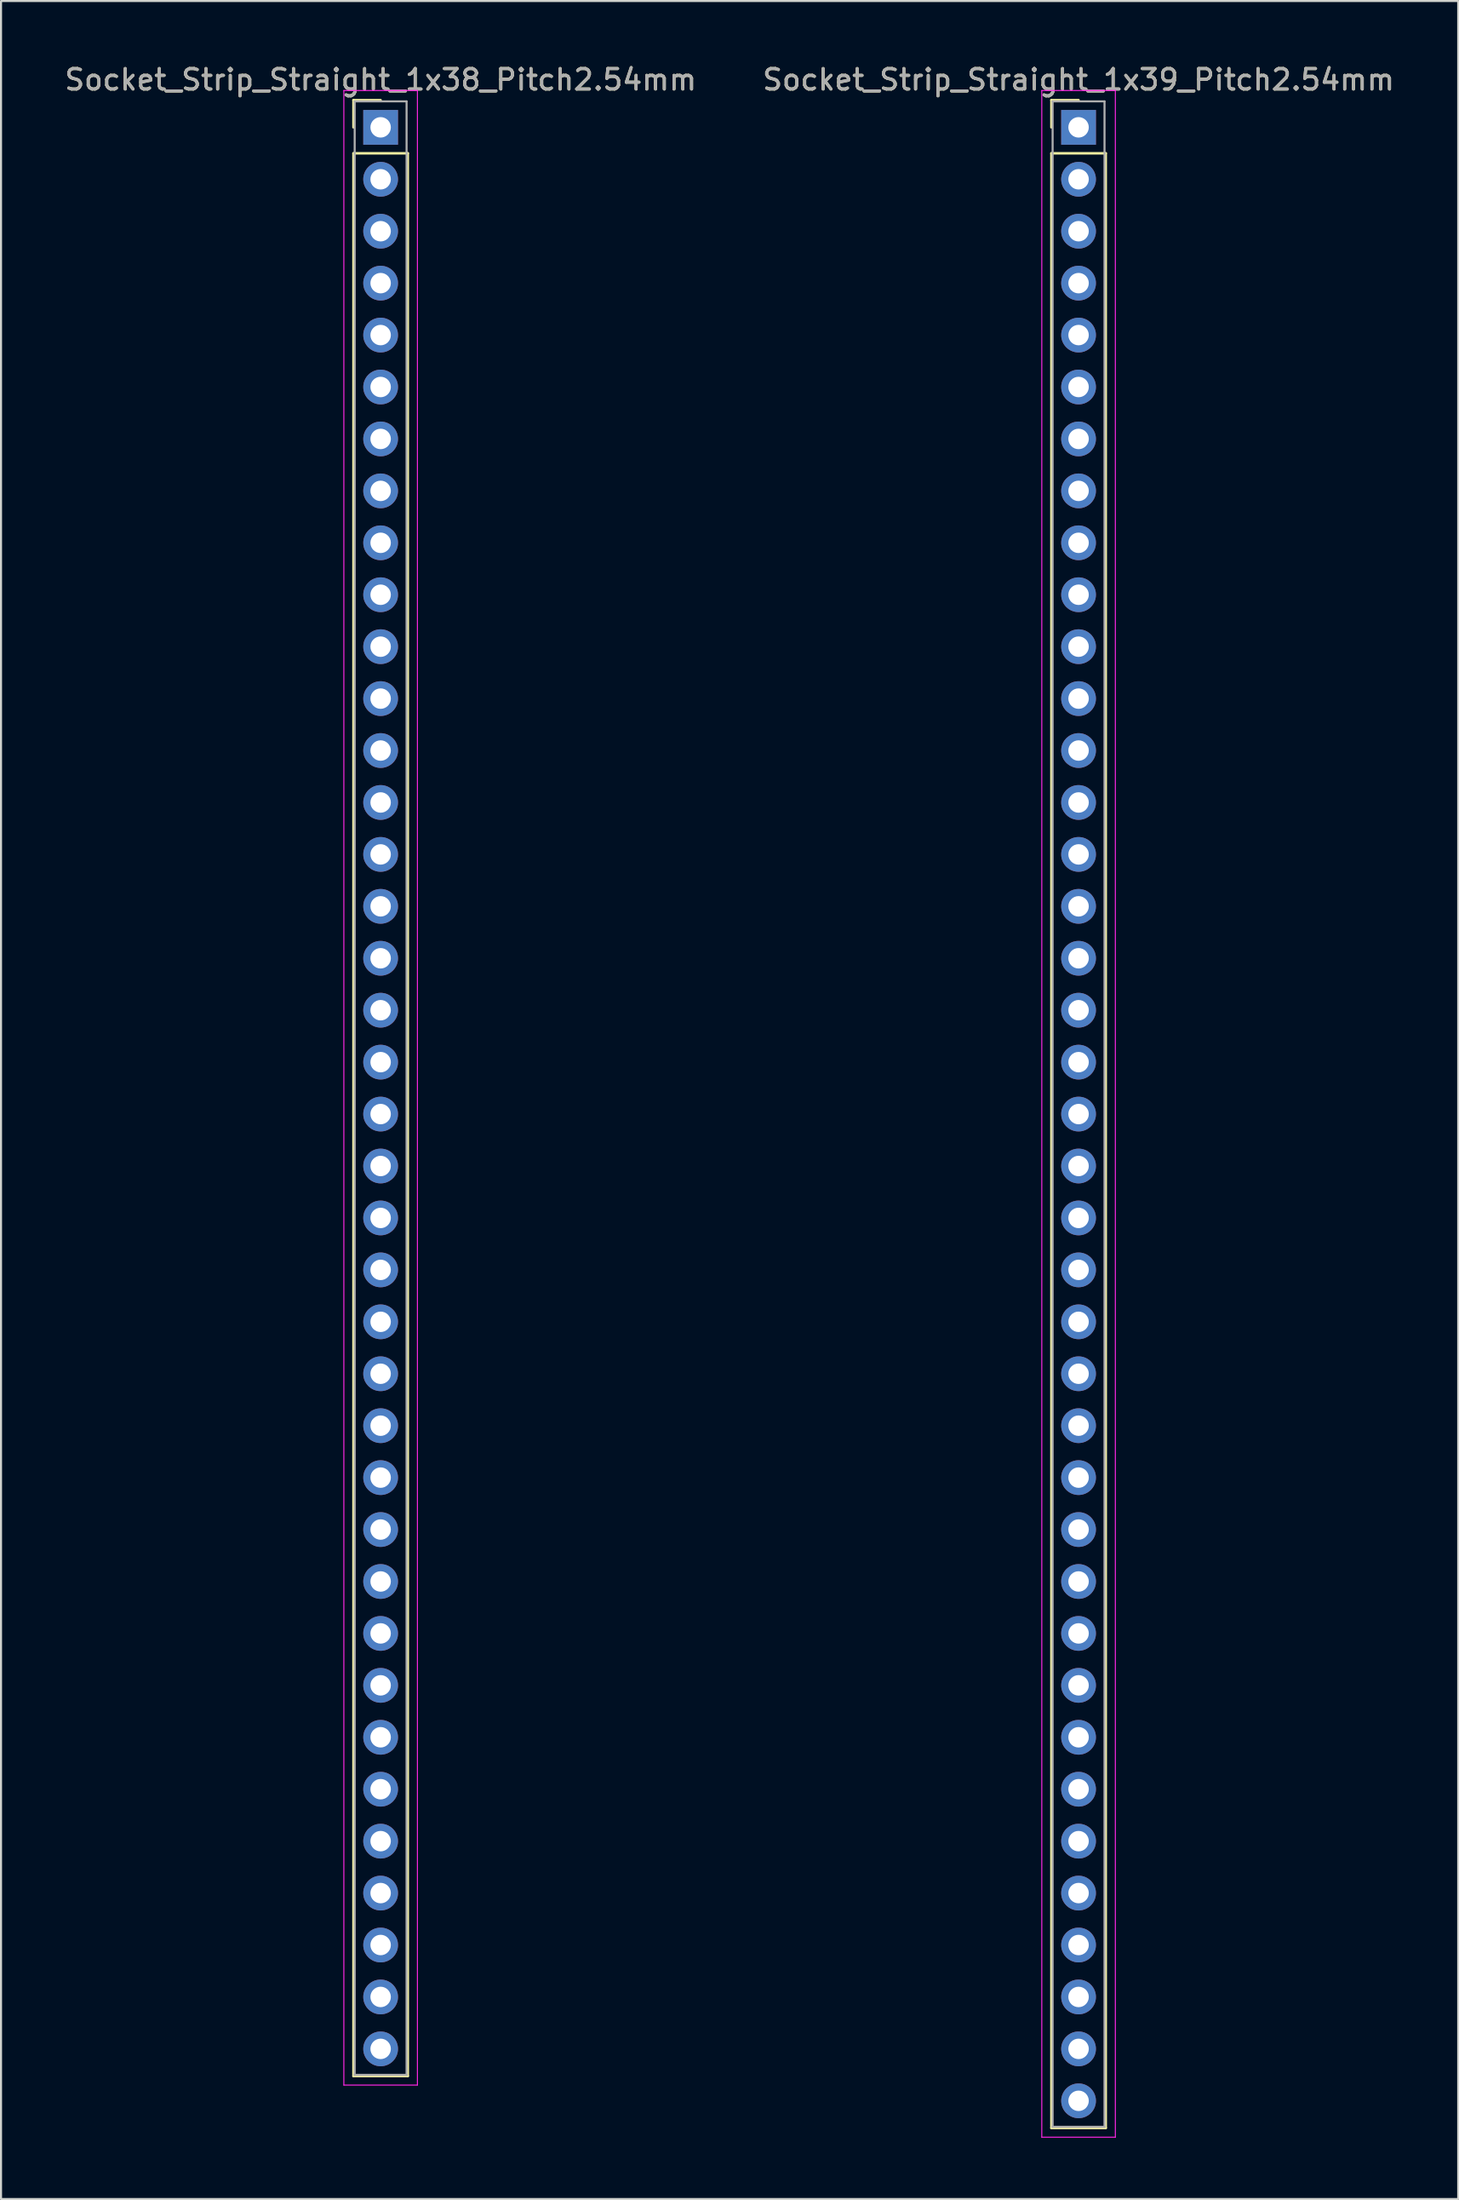
<source format=kicad_pcb>
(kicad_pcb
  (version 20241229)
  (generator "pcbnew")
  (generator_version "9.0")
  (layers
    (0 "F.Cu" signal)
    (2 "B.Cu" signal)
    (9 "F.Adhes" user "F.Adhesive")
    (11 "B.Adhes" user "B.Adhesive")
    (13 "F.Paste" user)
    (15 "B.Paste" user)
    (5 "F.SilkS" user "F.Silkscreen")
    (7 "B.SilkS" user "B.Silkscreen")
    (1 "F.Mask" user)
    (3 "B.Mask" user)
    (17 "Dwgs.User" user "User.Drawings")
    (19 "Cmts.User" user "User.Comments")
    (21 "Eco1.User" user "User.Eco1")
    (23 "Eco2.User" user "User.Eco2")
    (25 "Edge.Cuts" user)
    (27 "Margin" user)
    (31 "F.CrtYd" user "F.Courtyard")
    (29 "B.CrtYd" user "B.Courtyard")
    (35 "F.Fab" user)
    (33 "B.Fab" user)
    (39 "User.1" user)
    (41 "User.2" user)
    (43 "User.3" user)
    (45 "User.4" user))
  (footprint "Socket_Strip_Straight_1x38_Pitch2.54mm"
    (layer "F.Cu")
    (at 15.577 3.178)
    (property "Reference" "Socket_Strip_Straight_1x38_Pitch2.54mm" (at 0 -2.33 0) (layer "F.SilkS") (effects (font (size 1 1) (thickness 0.15))))
    (attr through_hole)
    (fp_line (start -1.33 -1.33) (end 0 -1.33) (stroke (width 0.12) (type solid)) (layer "F.SilkS"))
    (fp_line (start -1.33 0) (end -1.33 -1.33) (stroke (width 0.12) (type solid)) (layer "F.SilkS"))
    (fp_line (start -1.33 1.27) (end -1.33 95.31) (stroke (width 0.12) (type solid)) (layer "F.SilkS"))
    (fp_line (start -1.33 95.31) (end 1.33 95.31) (stroke (width 0.12) (type solid)) (layer "F.SilkS"))
    (fp_line (start 1.33 1.27) (end -1.33 1.27) (stroke (width 0.12) (type solid)) (layer "F.SilkS"))
    (fp_line (start 1.33 95.31) (end 1.33 1.27) (stroke (width 0.12) (type solid)) (layer "F.SilkS"))
    (fp_line (start -1.8 -1.8) (end -1.8 95.75) (stroke (width 0.05) (type solid)) (layer "F.CrtYd"))
    (fp_line (start -1.8 95.75) (end 1.8 95.75) (stroke (width 0.05) (type solid)) (layer "F.CrtYd"))
    (fp_line (start 1.8 -1.8) (end -1.8 -1.8) (stroke (width 0.05) (type solid)) (layer "F.CrtYd"))
    (fp_line (start 1.8 95.75) (end 1.8 -1.8) (stroke (width 0.05) (type solid)) (layer "F.CrtYd"))
    (fp_line (start -1.27 -1.27) (end -1.27 95.25) (stroke (width 0.1) (type solid)) (layer "F.Fab"))
    (fp_line (start -1.27 95.25) (end 1.27 95.25) (stroke (width 0.1) (type solid)) (layer "F.Fab"))
    (fp_line (start 1.27 -1.27) (end -1.27 -1.27) (stroke (width 0.1) (type solid)) (layer "F.Fab"))
    (fp_line (start 1.27 95.25) (end 1.27 -1.27) (stroke (width 0.1) (type solid)) (layer "F.Fab"))
    (fp_text user "${REFERENCE}" (at 0 -2.33 0) (layer "F.Fab") (effects (font (size 1 1) (thickness 0.15))))
    (pad "1" thru_hole rect (at 0 0) (size 1.7 1.7) (drill 1) (layers "*.Cu" "*.Mask"))
    (pad "2" thru_hole oval (at 0 2.54) (size 1.7 1.7) (drill 1) (layers "*.Cu" "*.Mask"))
    (pad "3" thru_hole oval (at 0 5.08) (size 1.7 1.7) (drill 1) (layers "*.Cu" "*.Mask"))
    (pad "4" thru_hole oval (at 0 7.62) (size 1.7 1.7) (drill 1) (layers "*.Cu" "*.Mask"))
    (pad "5" thru_hole oval (at 0 10.16) (size 1.7 1.7) (drill 1) (layers "*.Cu" "*.Mask"))
    (pad "6" thru_hole oval (at 0 12.7) (size 1.7 1.7) (drill 1) (layers "*.Cu" "*.Mask"))
    (pad "7" thru_hole oval (at 0 15.24) (size 1.7 1.7) (drill 1) (layers "*.Cu" "*.Mask"))
    (pad "8" thru_hole oval (at 0 17.78) (size 1.7 1.7) (drill 1) (layers "*.Cu" "*.Mask"))
    (pad "9" thru_hole oval (at 0 20.32) (size 1.7 1.7) (drill 1) (layers "*.Cu" "*.Mask"))
    (pad "10" thru_hole oval (at 0 22.86) (size 1.7 1.7) (drill 1) (layers "*.Cu" "*.Mask"))
    (pad "11" thru_hole oval (at 0 25.4) (size 1.7 1.7) (drill 1) (layers "*.Cu" "*.Mask"))
    (pad "12" thru_hole oval (at 0 27.94) (size 1.7 1.7) (drill 1) (layers "*.Cu" "*.Mask"))
    (pad "13" thru_hole oval (at 0 30.48) (size 1.7 1.7) (drill 1) (layers "*.Cu" "*.Mask"))
    (pad "14" thru_hole oval (at 0 33.02) (size 1.7 1.7) (drill 1) (layers "*.Cu" "*.Mask"))
    (pad "15" thru_hole oval (at 0 35.56) (size 1.7 1.7) (drill 1) (layers "*.Cu" "*.Mask"))
    (pad "16" thru_hole oval (at 0 38.1) (size 1.7 1.7) (drill 1) (layers "*.Cu" "*.Mask"))
    (pad "17" thru_hole oval (at 0 40.64) (size 1.7 1.7) (drill 1) (layers "*.Cu" "*.Mask"))
    (pad "18" thru_hole oval (at 0 43.18) (size 1.7 1.7) (drill 1) (layers "*.Cu" "*.Mask"))
    (pad "19" thru_hole oval (at 0 45.72) (size 1.7 1.7) (drill 1) (layers "*.Cu" "*.Mask"))
    (pad "20" thru_hole oval (at 0 48.26) (size 1.7 1.7) (drill 1) (layers "*.Cu" "*.Mask"))
    (pad "21" thru_hole oval (at 0 50.8) (size 1.7 1.7) (drill 1) (layers "*.Cu" "*.Mask"))
    (pad "22" thru_hole oval (at 0 53.34) (size 1.7 1.7) (drill 1) (layers "*.Cu" "*.Mask"))
    (pad "23" thru_hole oval (at 0 55.88) (size 1.7 1.7) (drill 1) (layers "*.Cu" "*.Mask"))
    (pad "24" thru_hole oval (at 0 58.42) (size 1.7 1.7) (drill 1) (layers "*.Cu" "*.Mask"))
    (pad "25" thru_hole oval (at 0 60.96) (size 1.7 1.7) (drill 1) (layers "*.Cu" "*.Mask"))
    (pad "26" thru_hole oval (at 0 63.5) (size 1.7 1.7) (drill 1) (layers "*.Cu" "*.Mask"))
    (pad "27" thru_hole oval (at 0 66.04) (size 1.7 1.7) (drill 1) (layers "*.Cu" "*.Mask"))
    (pad "28" thru_hole oval (at 0 68.58) (size 1.7 1.7) (drill 1) (layers "*.Cu" "*.Mask"))
    (pad "29" thru_hole oval (at 0 71.12) (size 1.7 1.7) (drill 1) (layers "*.Cu" "*.Mask"))
    (pad "30" thru_hole oval (at 0 73.66) (size 1.7 1.7) (drill 1) (layers "*.Cu" "*.Mask"))
    (pad "31" thru_hole oval (at 0 76.2) (size 1.7 1.7) (drill 1) (layers "*.Cu" "*.Mask"))
    (pad "32" thru_hole oval (at 0 78.74) (size 1.7 1.7) (drill 1) (layers "*.Cu" "*.Mask"))
    (pad "33" thru_hole oval (at 0 81.28) (size 1.7 1.7) (drill 1) (layers "*.Cu" "*.Mask"))
    (pad "34" thru_hole oval (at 0 83.82) (size 1.7 1.7) (drill 1) (layers "*.Cu" "*.Mask"))
    (pad "35" thru_hole oval (at 0 86.36) (size 1.7 1.7) (drill 1) (layers "*.Cu" "*.Mask"))
    (pad "36" thru_hole oval (at 0 88.9) (size 1.7 1.7) (drill 1) (layers "*.Cu" "*.Mask"))
    (pad "37" thru_hole oval (at 0 91.44) (size 1.7 1.7) (drill 1) (layers "*.Cu" "*.Mask"))
    (pad "38" thru_hole oval (at 0 93.98) (size 1.7 1.7) (drill 1) (layers "*.Cu" "*.Mask")))
  (footprint "Socket_Strip_Straight_1x39_Pitch2.54mm"
    (layer "F.Cu")
    (at 49.732 3.178)
    (property "Reference" "Socket_Strip_Straight_1x39_Pitch2.54mm" (at 0 -2.33 0) (layer "F.SilkS") (effects (font (size 1 1) (thickness 0.15))))
    (attr through_hole)
    (fp_line (start -1.33 -1.33) (end 0 -1.33) (stroke (width 0.12) (type solid)) (layer "F.SilkS"))
    (fp_line (start -1.33 0) (end -1.33 -1.33) (stroke (width 0.12) (type solid)) (layer "F.SilkS"))
    (fp_line (start -1.33 1.27) (end -1.33 97.85) (stroke (width 0.12) (type solid)) (layer "F.SilkS"))
    (fp_line (start -1.33 97.85) (end 1.33 97.85) (stroke (width 0.12) (type solid)) (layer "F.SilkS"))
    (fp_line (start 1.33 1.27) (end -1.33 1.27) (stroke (width 0.12) (type solid)) (layer "F.SilkS"))
    (fp_line (start 1.33 97.85) (end 1.33 1.27) (stroke (width 0.12) (type solid)) (layer "F.SilkS"))
    (fp_line (start -1.8 -1.8) (end -1.8 98.3) (stroke (width 0.05) (type solid)) (layer "F.CrtYd"))
    (fp_line (start -1.8 98.3) (end 1.8 98.3) (stroke (width 0.05) (type solid)) (layer "F.CrtYd"))
    (fp_line (start 1.8 -1.8) (end -1.8 -1.8) (stroke (width 0.05) (type solid)) (layer "F.CrtYd"))
    (fp_line (start 1.8 98.3) (end 1.8 -1.8) (stroke (width 0.05) (type solid)) (layer "F.CrtYd"))
    (fp_line (start -1.27 -1.27) (end -1.27 97.79) (stroke (width 0.1) (type solid)) (layer "F.Fab"))
    (fp_line (start -1.27 97.79) (end 1.27 97.79) (stroke (width 0.1) (type solid)) (layer "F.Fab"))
    (fp_line (start 1.27 -1.27) (end -1.27 -1.27) (stroke (width 0.1) (type solid)) (layer "F.Fab"))
    (fp_line (start 1.27 97.79) (end 1.27 -1.27) (stroke (width 0.1) (type solid)) (layer "F.Fab"))
    (fp_text user "${REFERENCE}" (at 0 -2.33 0) (layer "F.Fab") (effects (font (size 1 1) (thickness 0.15))))
    (pad "1" thru_hole rect (at 0 0) (size 1.7 1.7) (drill 1) (layers "*.Cu" "*.Mask"))
    (pad "2" thru_hole oval (at 0 2.54) (size 1.7 1.7) (drill 1) (layers "*.Cu" "*.Mask"))
    (pad "3" thru_hole oval (at 0 5.08) (size 1.7 1.7) (drill 1) (layers "*.Cu" "*.Mask"))
    (pad "4" thru_hole oval (at 0 7.62) (size 1.7 1.7) (drill 1) (layers "*.Cu" "*.Mask"))
    (pad "5" thru_hole oval (at 0 10.16) (size 1.7 1.7) (drill 1) (layers "*.Cu" "*.Mask"))
    (pad "6" thru_hole oval (at 0 12.7) (size 1.7 1.7) (drill 1) (layers "*.Cu" "*.Mask"))
    (pad "7" thru_hole oval (at 0 15.24) (size 1.7 1.7) (drill 1) (layers "*.Cu" "*.Mask"))
    (pad "8" thru_hole oval (at 0 17.78) (size 1.7 1.7) (drill 1) (layers "*.Cu" "*.Mask"))
    (pad "9" thru_hole oval (at 0 20.32) (size 1.7 1.7) (drill 1) (layers "*.Cu" "*.Mask"))
    (pad "10" thru_hole oval (at 0 22.86) (size 1.7 1.7) (drill 1) (layers "*.Cu" "*.Mask"))
    (pad "11" thru_hole oval (at 0 25.4) (size 1.7 1.7) (drill 1) (layers "*.Cu" "*.Mask"))
    (pad "12" thru_hole oval (at 0 27.94) (size 1.7 1.7) (drill 1) (layers "*.Cu" "*.Mask"))
    (pad "13" thru_hole oval (at 0 30.48) (size 1.7 1.7) (drill 1) (layers "*.Cu" "*.Mask"))
    (pad "14" thru_hole oval (at 0 33.02) (size 1.7 1.7) (drill 1) (layers "*.Cu" "*.Mask"))
    (pad "15" thru_hole oval (at 0 35.56) (size 1.7 1.7) (drill 1) (layers "*.Cu" "*.Mask"))
    (pad "16" thru_hole oval (at 0 38.1) (size 1.7 1.7) (drill 1) (layers "*.Cu" "*.Mask"))
    (pad "17" thru_hole oval (at 0 40.64) (size 1.7 1.7) (drill 1) (layers "*.Cu" "*.Mask"))
    (pad "18" thru_hole oval (at 0 43.18) (size 1.7 1.7) (drill 1) (layers "*.Cu" "*.Mask"))
    (pad "19" thru_hole oval (at 0 45.72) (size 1.7 1.7) (drill 1) (layers "*.Cu" "*.Mask"))
    (pad "20" thru_hole oval (at 0 48.26) (size 1.7 1.7) (drill 1) (layers "*.Cu" "*.Mask"))
    (pad "21" thru_hole oval (at 0 50.8) (size 1.7 1.7) (drill 1) (layers "*.Cu" "*.Mask"))
    (pad "22" thru_hole oval (at 0 53.34) (size 1.7 1.7) (drill 1) (layers "*.Cu" "*.Mask"))
    (pad "23" thru_hole oval (at 0 55.88) (size 1.7 1.7) (drill 1) (layers "*.Cu" "*.Mask"))
    (pad "24" thru_hole oval (at 0 58.42) (size 1.7 1.7) (drill 1) (layers "*.Cu" "*.Mask"))
    (pad "25" thru_hole oval (at 0 60.96) (size 1.7 1.7) (drill 1) (layers "*.Cu" "*.Mask"))
    (pad "26" thru_hole oval (at 0 63.5) (size 1.7 1.7) (drill 1) (layers "*.Cu" "*.Mask"))
    (pad "27" thru_hole oval (at 0 66.04) (size 1.7 1.7) (drill 1) (layers "*.Cu" "*.Mask"))
    (pad "28" thru_hole oval (at 0 68.58) (size 1.7 1.7) (drill 1) (layers "*.Cu" "*.Mask"))
    (pad "29" thru_hole oval (at 0 71.12) (size 1.7 1.7) (drill 1) (layers "*.Cu" "*.Mask"))
    (pad "30" thru_hole oval (at 0 73.66) (size 1.7 1.7) (drill 1) (layers "*.Cu" "*.Mask"))
    (pad "31" thru_hole oval (at 0 76.2) (size 1.7 1.7) (drill 1) (layers "*.Cu" "*.Mask"))
    (pad "32" thru_hole oval (at 0 78.74) (size 1.7 1.7) (drill 1) (layers "*.Cu" "*.Mask"))
    (pad "33" thru_hole oval (at 0 81.28) (size 1.7 1.7) (drill 1) (layers "*.Cu" "*.Mask"))
    (pad "34" thru_hole oval (at 0 83.82) (size 1.7 1.7) (drill 1) (layers "*.Cu" "*.Mask"))
    (pad "35" thru_hole oval (at 0 86.36) (size 1.7 1.7) (drill 1) (layers "*.Cu" "*.Mask"))
    (pad "36" thru_hole oval (at 0 88.9) (size 1.7 1.7) (drill 1) (layers "*.Cu" "*.Mask"))
    (pad "37" thru_hole oval (at 0 91.44) (size 1.7 1.7) (drill 1) (layers "*.Cu" "*.Mask"))
    (pad "38" thru_hole oval (at 0 93.98) (size 1.7 1.7) (drill 1) (layers "*.Cu" "*.Mask"))
    (pad "39" thru_hole oval (at 0 96.52) (size 1.7 1.7) (drill 1) (layers "*.Cu" "*.Mask")))
  (gr_rect
    (start -3 -3)
    (end 68.31 104.503)
    (stroke (width 0.1) (type default))
    (fill no)
    (layer "Edge.Cuts")))
</source>
